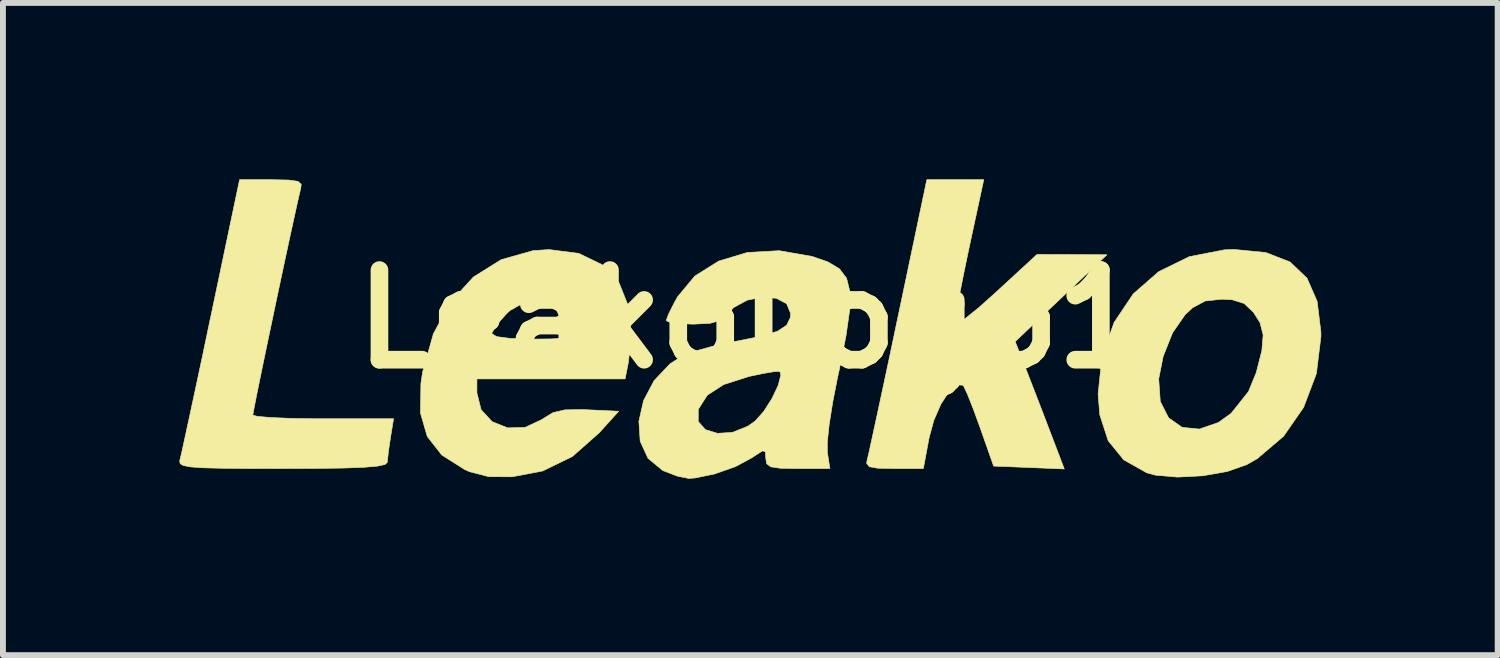
<source format=kicad_pcb>
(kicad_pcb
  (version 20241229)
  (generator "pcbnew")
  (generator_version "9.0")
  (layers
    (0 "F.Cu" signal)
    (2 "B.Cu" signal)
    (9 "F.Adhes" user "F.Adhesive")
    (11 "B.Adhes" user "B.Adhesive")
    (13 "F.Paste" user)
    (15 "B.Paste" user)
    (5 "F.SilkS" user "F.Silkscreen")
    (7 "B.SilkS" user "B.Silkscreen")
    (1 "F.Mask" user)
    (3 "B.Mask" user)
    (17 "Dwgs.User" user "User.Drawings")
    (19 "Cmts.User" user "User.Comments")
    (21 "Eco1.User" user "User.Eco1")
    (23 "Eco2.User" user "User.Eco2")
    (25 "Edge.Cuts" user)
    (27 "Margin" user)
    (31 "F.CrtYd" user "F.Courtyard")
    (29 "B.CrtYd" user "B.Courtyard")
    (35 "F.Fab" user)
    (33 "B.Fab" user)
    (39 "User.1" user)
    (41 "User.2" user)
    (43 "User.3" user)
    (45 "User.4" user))
  (footprint "LeakoLogo1"
    (layer "F.Cu")
    (at 9.715 2.376)
    (property "Reference" "LeakoLogo1" (at 0 0 0) (layer "F.SilkS") (effects (font (size 1.524 1.524) (thickness 0.3))))
    (attr through_hole)
    (fp_poly (pts (xy 3.718 -1.249) (xy 3.629 -0.823) (xy 3.554 -0.447) (xy 3.5 -0.157) (xy 3.475 0.011) (xy 3.474 0.028) (xy 3.515 0.061) (xy 3.647 -0.012) (xy 3.877 -0.198) (xy 4.169 -0.459) (xy 4.866 -1.101) (xy 5.46 -1.098) (xy 6.054 -1.095) (xy 5.274 -0.357) (xy 4.494 0.381) (xy 4.693 0.889) (xy 4.833 1.25) (xy 4.993 1.666) (xy 5.11 1.972) (xy 5.329 2.547) (xy 4.729 2.522) (xy 4.128 2.498) (xy 3.896 1.839) (xy 3.782 1.527) (xy 3.684 1.28) (xy 3.618 1.139) (xy 3.607 1.124) (xy 3.501 1.114) (xy 3.369 1.232) (xy 3.231 1.446) (xy 3.111 1.721) (xy 3.031 2.015) (xy 2.933 2.54) (xy 2.435 2.54) (xy 2.156 2.534) (xy 2.013 2.508) (xy 1.969 2.451) (xy 1.978 2.392) (xy 2.007 2.273) (xy 2.064 2.011) (xy 2.147 1.628) (xy 2.25 1.149) (xy 2.368 0.596) (xy 2.495 -0.009) (xy 2.507 -0.064) (xy 2.992 -2.371) (xy 3.96 -2.371) (xy 3.718 -1.249)) (stroke (width 0.01) (type solid)) (fill yes) (layer "F.SilkS"))
    (fp_poly (pts (xy -7.857 -2.365) (xy -7.7 -2.343) (xy -7.644 -2.293) (xy -7.652 -2.223) (xy -7.683 -2.094) (xy -7.741 -1.835) (xy -7.82 -1.474) (xy -7.914 -1.039) (xy -8.016 -0.561) (xy -8.12 -0.067) (xy -8.221 0.413) (xy -8.312 0.851) (xy -8.387 1.217) (xy -8.44 1.483) (xy -8.465 1.62) (xy -8.467 1.631) (xy -8.387 1.653) (xy -8.168 1.672) (xy -7.84 1.686) (xy -7.434 1.693) (xy -7.27 1.693) (xy -6.074 1.693) (xy -6.126 2.011) (xy -6.161 2.247) (xy -6.179 2.417) (xy -6.18 2.434) (xy -6.219 2.471) (xy -6.349 2.499) (xy -6.584 2.519) (xy -6.943 2.532) (xy -7.44 2.538) (xy -7.964 2.54) (xy -8.557 2.539) (xy -9.002 2.535) (xy -9.318 2.527) (xy -9.526 2.512) (xy -9.647 2.489) (xy -9.702 2.456) (xy -9.71 2.412) (xy -9.706 2.392) (xy -9.677 2.273) (xy -9.62 2.011) (xy -9.537 1.628) (xy -9.434 1.149) (xy -9.316 0.596) (xy -9.189 -0.009) (xy -9.177 -0.064) (xy -8.692 -2.371) (xy -8.15 -2.371) (xy -7.857 -2.365)) (stroke (width 0.01) (type solid)) (fill yes) (layer "F.SilkS"))
    (fp_poly (pts (xy 8.754 -1.133) (xy 9.166 -0.973) (xy 9.455 -0.698) (xy 9.628 -0.302) (xy 9.692 0.222) (xy 9.692 0.296) (xy 9.615 0.926) (xy 9.398 1.499) (xy 9.058 1.99) (xy 8.609 2.372) (xy 8.432 2.473) (xy 8.099 2.59) (xy 7.683 2.663) (xy 7.254 2.685) (xy 6.878 2.652) (xy 6.731 2.612) (xy 6.34 2.392) (xy 6.075 2.066) (xy 5.933 1.627) (xy 5.904 1.277) (xy 5.931 1.016) (xy 6.934 1.016) (xy 6.961 1.399) (xy 7.102 1.678) (xy 7.332 1.839) (xy 7.623 1.869) (xy 7.949 1.757) (xy 8.166 1.601) (xy 8.46 1.232) (xy 8.593 0.908) (xy 8.688 0.535) (xy 8.71 0.268) (xy 8.657 0.06) (xy 8.545 -0.116) (xy 8.386 -0.267) (xy 8.183 -0.33) (xy 8.005 -0.339) (xy 7.724 -0.309) (xy 7.511 -0.195) (xy 7.385 -0.078) (xy 7.171 0.23) (xy 7.01 0.633) (xy 6.934 1.016) (xy 5.931 1.016) (xy 5.971 0.63) (xy 6.176 0.056) (xy 6.501 -0.429) (xy 6.933 -0.807) (xy 7.455 -1.063) (xy 8.052 -1.179) (xy 8.214 -1.185) (xy 8.754 -1.133)) (stroke (width 0.01) (type solid)) (fill yes) (layer "F.SilkS"))
    (fp_poly (pts (xy -2.925 -1.118) (xy -2.526 -0.925) (xy -2.239 -0.614) (xy -2.072 -0.196) (xy -2.031 0.319) (xy -2.085 0.751) (xy -2.138 1.016) (xy -4.657 1.016) (xy -4.657 1.254) (xy -4.586 1.539) (xy -4.399 1.742) (xy -4.137 1.848) (xy -3.839 1.84) (xy -3.546 1.704) (xy -3.528 1.689) (xy -3.363 1.589) (xy -3.161 1.542) (xy -2.865 1.537) (xy -2.777 1.541) (xy -2.247 1.566) (xy -2.578 1.932) (xy -3.034 2.335) (xy -3.539 2.581) (xy -4.058 2.68) (xy -4.454 2.678) (xy -4.781 2.594) (xy -4.868 2.555) (xy -5.254 2.31) (xy -5.501 1.995) (xy -5.617 1.595) (xy -5.609 1.092) (xy -5.579 0.894) (xy -5.397 0.249) (xy -5.396 0.247) (xy -4.403 0.247) (xy -4.321 0.297) (xy -4.087 0.328) (xy -3.725 0.339) (xy -3.389 0.336) (xy -3.188 0.322) (xy -3.087 0.286) (xy -3.052 0.216) (xy -3.048 0.133) (xy -3.116 -0.117) (xy -3.293 -0.279) (xy -3.541 -0.343) (xy -3.821 -0.302) (xy -4.093 -0.148) (xy -4.155 -0.091) (xy -4.311 0.085) (xy -4.397 0.222) (xy -4.403 0.247) (xy -5.396 0.247) (xy -5.105 -0.292) (xy -4.716 -0.717) (xy -4.244 -1.012) (xy -3.702 -1.165) (xy -3.429 -1.183) (xy -2.925 -1.118)) (stroke (width 0.01) (type solid)) (fill yes) (layer "F.SilkS"))
    (fp_poly (pts (xy 1.04 -1.067) (xy 1.041 -1.067) (xy 1.311 -0.973) (xy 1.505 -0.857) (xy 1.628 -0.696) (xy 1.684 -0.468) (xy 1.679 -0.148) (xy 1.618 0.284) (xy 1.505 0.851) (xy 1.475 0.988) (xy 1.393 1.406) (xy 1.332 1.789) (xy 1.3 2.093) (xy 1.301 2.265) (xy 1.344 2.54) (xy 0.799 2.54) (xy 0.503 2.535) (xy 0.339 2.511) (xy 0.269 2.458) (xy 0.254 2.365) (xy 0.247 2.252) (xy 0.196 2.24) (xy 0.058 2.329) (xy 0.021 2.355) (xy -0.262 2.507) (xy -0.617 2.632) (xy -0.954 2.701) (xy -1.058 2.707) (xy -1.249 2.669) (xy -1.483 2.579) (xy -1.499 2.572) (xy -1.748 2.366) (xy -1.881 2.077) (xy -1.903 1.741) (xy -0.894 1.741) (xy -0.773 1.878) (xy -0.567 1.941) (xy -0.314 1.925) (xy -0.051 1.82) (xy 0.073 1.733) (xy 0.22 1.568) (xy 0.36 1.348) (xy 0.465 1.126) (xy 0.51 0.952) (xy 0.495 0.89) (xy 0.403 0.891) (xy 0.195 0.926) (xy -0.03 0.974) (xy -0.46 1.111) (xy -0.741 1.293) (xy -0.891 1.53) (xy -0.894 1.539) (xy -0.894 1.741) (xy -1.903 1.741) (xy -1.904 1.738) (xy -1.823 1.382) (xy -1.644 1.044) (xy -1.373 0.759) (xy -1.164 0.624) (xy -0.955 0.545) (xy -0.64 0.458) (xy -0.283 0.381) (xy -0.227 0.371) (xy 0.186 0.289) (xy 0.456 0.204) (xy 0.609 0.103) (xy 0.672 -0.027) (xy 0.677 -0.097) (xy 0.609 -0.263) (xy 0.432 -0.355) (xy 0.194 -0.375) (xy -0.062 -0.323) (xy -0.289 -0.2) (xy -0.399 -0.084) (xy -0.512 0.02) (xy -0.694 0.071) (xy -0.978 0.085) (xy -1.232 0.074) (xy -1.399 0.047) (xy -1.438 0.021) (xy -1.399 -0.085) (xy -1.301 -0.28) (xy -1.245 -0.381) (xy -0.952 -0.733) (xy -0.547 -0.987) (xy -0.059 -1.134) (xy 0.481 -1.164) (xy 1.04 -1.067)) (stroke (width 0.01) (type solid)) (fill yes) (layer "F.SilkS")))
  (gr_rect
    (start -3 -3)
    (end 22.412 8.088)
    (stroke (width 0.1) (type default))
    (fill no)
    (layer "Edge.Cuts")))
</source>
